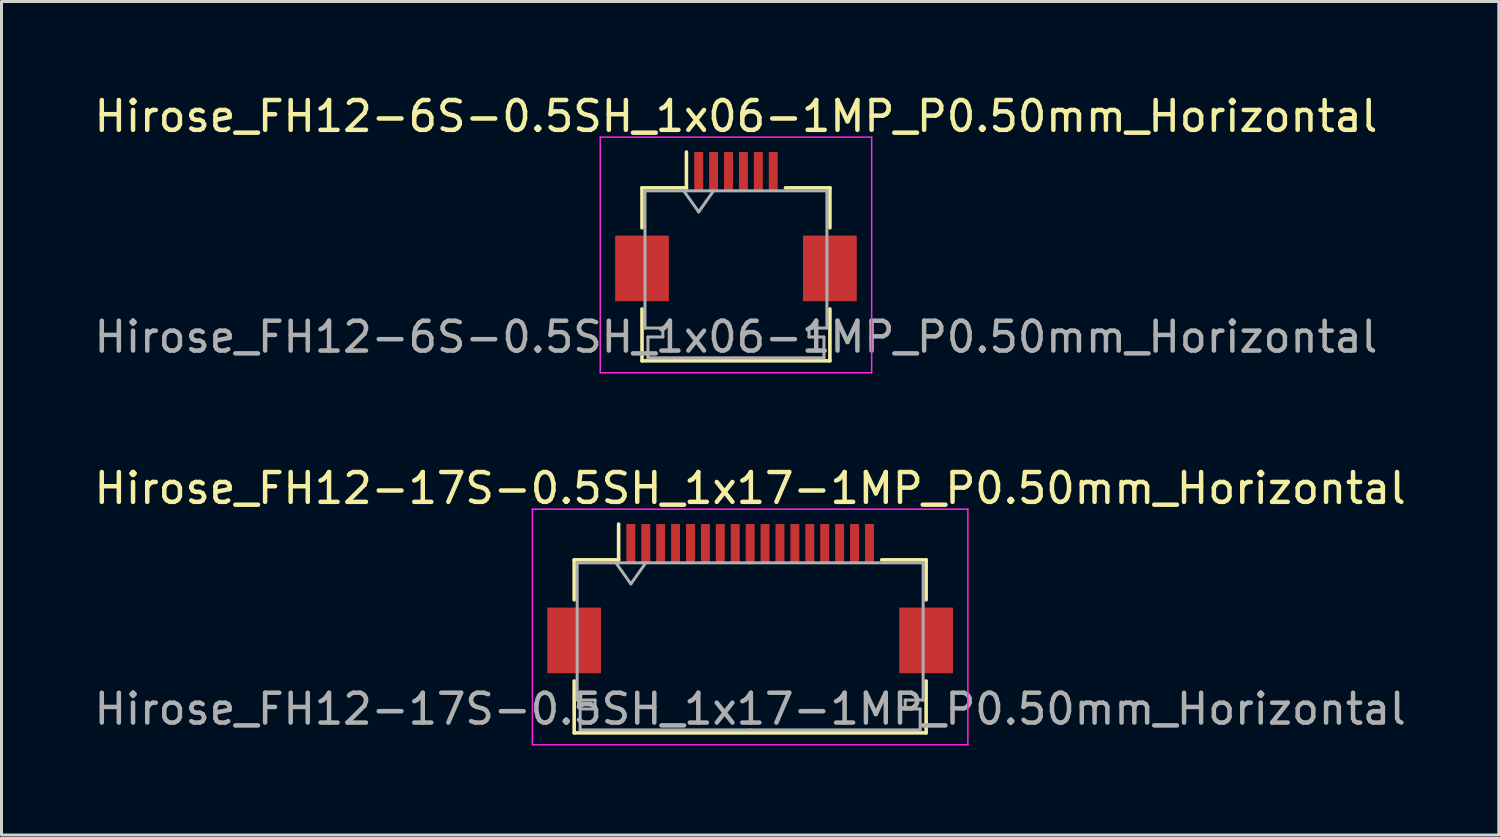
<source format=kicad_pcb>
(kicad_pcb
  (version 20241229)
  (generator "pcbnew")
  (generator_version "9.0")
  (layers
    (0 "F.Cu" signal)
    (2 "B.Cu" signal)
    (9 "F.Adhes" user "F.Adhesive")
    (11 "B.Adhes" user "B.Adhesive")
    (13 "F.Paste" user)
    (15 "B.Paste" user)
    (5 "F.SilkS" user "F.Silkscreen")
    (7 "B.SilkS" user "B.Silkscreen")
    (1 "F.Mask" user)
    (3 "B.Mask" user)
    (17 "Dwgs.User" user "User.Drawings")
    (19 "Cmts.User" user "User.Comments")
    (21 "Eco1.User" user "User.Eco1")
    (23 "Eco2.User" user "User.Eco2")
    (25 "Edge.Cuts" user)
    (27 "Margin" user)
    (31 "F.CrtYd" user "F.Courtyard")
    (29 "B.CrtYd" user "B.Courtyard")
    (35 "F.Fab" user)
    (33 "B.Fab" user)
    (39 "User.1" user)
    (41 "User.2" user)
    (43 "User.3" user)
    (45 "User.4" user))
  (footprint "Hirose_FH12-17S-0.5SH_1x17-1MP_P0.50mm_Horizontal"
    (layer "F.Cu")
    (at 22.101 17.021)
    (property "Reference" "Hirose_FH12-17S-0.5SH_1x17-1MP_P0.50mm_Horizontal" (at 0 -3.7 0) (layer "F.SilkS") (effects (font (size 1 1) (thickness 0.15))))
    (attr smd)
    (fp_line (start -5.9 -1.3) (end -5.9 0.04) (stroke (width 0.12) (type solid)) (layer "F.SilkS"))
    (fp_line (start -5.9 2.76) (end -5.9 4.5) (stroke (width 0.12) (type solid)) (layer "F.SilkS"))
    (fp_line (start -5.9 4.5) (end 5.9 4.5) (stroke (width 0.12) (type solid)) (layer "F.SilkS"))
    (fp_line (start -4.41 -1.3) (end -5.9 -1.3) (stroke (width 0.12) (type solid)) (layer "F.SilkS"))
    (fp_line (start -4.41 -1.3) (end -4.41 -2.5) (stroke (width 0.12) (type solid)) (layer "F.SilkS"))
    (fp_line (start 4.41 -1.3) (end 5.9 -1.3) (stroke (width 0.12) (type solid)) (layer "F.SilkS"))
    (fp_line (start 5.9 -1.3) (end 5.9 0.04) (stroke (width 0.12) (type solid)) (layer "F.SilkS"))
    (fp_line (start 5.9 4.5) (end 5.9 2.76) (stroke (width 0.12) (type solid)) (layer "F.SilkS"))
    (fp_line (start -7.3 -3) (end -7.3 4.9) (stroke (width 0.05) (type solid)) (layer "F.CrtYd"))
    (fp_line (start -7.3 4.9) (end 7.3 4.9) (stroke (width 0.05) (type solid)) (layer "F.CrtYd"))
    (fp_line (start 7.3 -3) (end -7.3 -3) (stroke (width 0.05) (type solid)) (layer "F.CrtYd"))
    (fp_line (start 7.3 4.9) (end 7.3 -3) (stroke (width 0.05) (type solid)) (layer "F.CrtYd"))
    (fp_line (start -5.8 -1.2) (end -5.8 3.4) (stroke (width 0.1) (type solid)) (layer "F.Fab"))
    (fp_line (start -5.8 3.4) (end -5.2 3.4) (stroke (width 0.1) (type solid)) (layer "F.Fab"))
    (fp_line (start -5.7 3.7) (end -5.7 4.4) (stroke (width 0.1) (type solid)) (layer "F.Fab"))
    (fp_line (start -5.7 4.4) (end 0 4.4) (stroke (width 0.1) (type solid)) (layer "F.Fab"))
    (fp_line (start -5.2 3.4) (end -5.2 3.7) (stroke (width 0.1) (type solid)) (layer "F.Fab"))
    (fp_line (start -5.2 3.7) (end -5.7 3.7) (stroke (width 0.1) (type solid)) (layer "F.Fab"))
    (fp_line (start -4.5 -1.2) (end -4 -0.493) (stroke (width 0.1) (type solid)) (layer "F.Fab"))
    (fp_line (start -4 -0.493) (end -3.5 -1.2) (stroke (width 0.1) (type solid)) (layer "F.Fab"))
    (fp_line (start 0 -1.2) (end -5.8 -1.2) (stroke (width 0.1) (type solid)) (layer "F.Fab"))
    (fp_line (start 0 -1.2) (end 5.8 -1.2) (stroke (width 0.1) (type solid)) (layer "F.Fab"))
    (fp_line (start 5.2 3.4) (end 5.2 3.7) (stroke (width 0.1) (type solid)) (layer "F.Fab"))
    (fp_line (start 5.2 3.7) (end 5.7 3.7) (stroke (width 0.1) (type solid)) (layer "F.Fab"))
    (fp_line (start 5.7 3.7) (end 5.7 4.4) (stroke (width 0.1) (type solid)) (layer "F.Fab"))
    (fp_line (start 5.7 4.4) (end 0 4.4) (stroke (width 0.1) (type solid)) (layer "F.Fab"))
    (fp_line (start 5.8 -1.2) (end 5.8 3.4) (stroke (width 0.1) (type solid)) (layer "F.Fab"))
    (fp_line (start 5.8 3.4) (end 5.2 3.4) (stroke (width 0.1) (type solid)) (layer "F.Fab"))
    (fp_text user "${REFERENCE}" (at 0 3.7 0) (layer "F.Fab") (effects (font (size 1 1) (thickness 0.15))))
    (pad "1" smd rect (at -4 -1.85) (size 0.3 1.3) (layers "F.Cu" "F.Mask" "F.Paste"))
    (pad "2" smd rect (at -3.5 -1.85) (size 0.3 1.3) (layers "F.Cu" "F.Mask" "F.Paste"))
    (pad "3" smd rect (at -3 -1.85) (size 0.3 1.3) (layers "F.Cu" "F.Mask" "F.Paste"))
    (pad "4" smd rect (at -2.5 -1.85) (size 0.3 1.3) (layers "F.Cu" "F.Mask" "F.Paste"))
    (pad "5" smd rect (at -2 -1.85) (size 0.3 1.3) (layers "F.Cu" "F.Mask" "F.Paste"))
    (pad "6" smd rect (at -1.5 -1.85) (size 0.3 1.3) (layers "F.Cu" "F.Mask" "F.Paste"))
    (pad "7" smd rect (at -1 -1.85) (size 0.3 1.3) (layers "F.Cu" "F.Mask" "F.Paste"))
    (pad "8" smd rect (at -0.5 -1.85) (size 0.3 1.3) (layers "F.Cu" "F.Mask" "F.Paste"))
    (pad "9" smd rect (at 0 -1.85) (size 0.3 1.3) (layers "F.Cu" "F.Mask" "F.Paste"))
    (pad "10" smd rect (at 0.5 -1.85) (size 0.3 1.3) (layers "F.Cu" "F.Mask" "F.Paste"))
    (pad "11" smd rect (at 1 -1.85) (size 0.3 1.3) (layers "F.Cu" "F.Mask" "F.Paste"))
    (pad "12" smd rect (at 1.5 -1.85) (size 0.3 1.3) (layers "F.Cu" "F.Mask" "F.Paste"))
    (pad "13" smd rect (at 2 -1.85) (size 0.3 1.3) (layers "F.Cu" "F.Mask" "F.Paste"))
    (pad "14" smd rect (at 2.5 -1.85) (size 0.3 1.3) (layers "F.Cu" "F.Mask" "F.Paste"))
    (pad "15" smd rect (at 3 -1.85) (size 0.3 1.3) (layers "F.Cu" "F.Mask" "F.Paste"))
    (pad "16" smd rect (at 3.5 -1.85) (size 0.3 1.3) (layers "F.Cu" "F.Mask" "F.Paste"))
    (pad "17" smd rect (at 4 -1.85) (size 0.3 1.3) (layers "F.Cu" "F.Mask" "F.Paste"))
    (pad "MP" smd rect (at -5.9 1.4) (size 1.8 2.2) (layers "F.Cu" "F.Mask" "F.Paste"))
    (pad "MP" smd rect (at 5.9 1.4) (size 1.8 2.2) (layers "F.Cu" "F.Mask" "F.Paste")))
  (footprint "Hirose_FH12-6S-0.5SH_1x06-1MP_P0.50mm_Horizontal"
    (layer "F.Cu")
    (at 21.625 4.548)
    (property "Reference" "Hirose_FH12-6S-0.5SH_1x06-1MP_P0.50mm_Horizontal" (at 0 -3.7 0) (layer "F.SilkS") (effects (font (size 1 1) (thickness 0.15))))
    (attr smd)
    (fp_line (start -3.15 -1.3) (end -3.15 0.04) (stroke (width 0.12) (type solid)) (layer "F.SilkS"))
    (fp_line (start -3.15 2.76) (end -3.15 4.5) (stroke (width 0.12) (type solid)) (layer "F.SilkS"))
    (fp_line (start -3.15 4.5) (end 3.15 4.5) (stroke (width 0.12) (type solid)) (layer "F.SilkS"))
    (fp_line (start -1.66 -1.3) (end -3.15 -1.3) (stroke (width 0.12) (type solid)) (layer "F.SilkS"))
    (fp_line (start -1.66 -1.3) (end -1.66 -2.5) (stroke (width 0.12) (type solid)) (layer "F.SilkS"))
    (fp_line (start 1.66 -1.3) (end 3.15 -1.3) (stroke (width 0.12) (type solid)) (layer "F.SilkS"))
    (fp_line (start 3.15 -1.3) (end 3.15 0.04) (stroke (width 0.12) (type solid)) (layer "F.SilkS"))
    (fp_line (start 3.15 4.5) (end 3.15 2.76) (stroke (width 0.12) (type solid)) (layer "F.SilkS"))
    (fp_line (start -4.55 -3) (end -4.55 4.9) (stroke (width 0.05) (type solid)) (layer "F.CrtYd"))
    (fp_line (start -4.55 4.9) (end 4.55 4.9) (stroke (width 0.05) (type solid)) (layer "F.CrtYd"))
    (fp_line (start 4.55 -3) (end -4.55 -3) (stroke (width 0.05) (type solid)) (layer "F.CrtYd"))
    (fp_line (start 4.55 4.9) (end 4.55 -3) (stroke (width 0.05) (type solid)) (layer "F.CrtYd"))
    (fp_line (start -3.05 -1.2) (end -3.05 3.4) (stroke (width 0.1) (type solid)) (layer "F.Fab"))
    (fp_line (start -3.05 3.4) (end -2.45 3.4) (stroke (width 0.1) (type solid)) (layer "F.Fab"))
    (fp_line (start -2.95 3.7) (end -2.95 4.4) (stroke (width 0.1) (type solid)) (layer "F.Fab"))
    (fp_line (start -2.95 4.4) (end 0 4.4) (stroke (width 0.1) (type solid)) (layer "F.Fab"))
    (fp_line (start -2.45 3.4) (end -2.45 3.7) (stroke (width 0.1) (type solid)) (layer "F.Fab"))
    (fp_line (start -2.45 3.7) (end -2.95 3.7) (stroke (width 0.1) (type solid)) (layer "F.Fab"))
    (fp_line (start -1.75 -1.2) (end -1.25 -0.493) (stroke (width 0.1) (type solid)) (layer "F.Fab"))
    (fp_line (start -1.25 -0.493) (end -0.75 -1.2) (stroke (width 0.1) (type solid)) (layer "F.Fab"))
    (fp_line (start 0 -1.2) (end -3.05 -1.2) (stroke (width 0.1) (type solid)) (layer "F.Fab"))
    (fp_line (start 0 -1.2) (end 3.05 -1.2) (stroke (width 0.1) (type solid)) (layer "F.Fab"))
    (fp_line (start 2.45 3.4) (end 2.45 3.7) (stroke (width 0.1) (type solid)) (layer "F.Fab"))
    (fp_line (start 2.45 3.7) (end 2.95 3.7) (stroke (width 0.1) (type solid)) (layer "F.Fab"))
    (fp_line (start 2.95 3.7) (end 2.95 4.4) (stroke (width 0.1) (type solid)) (layer "F.Fab"))
    (fp_line (start 2.95 4.4) (end 0 4.4) (stroke (width 0.1) (type solid)) (layer "F.Fab"))
    (fp_line (start 3.05 -1.2) (end 3.05 3.4) (stroke (width 0.1) (type solid)) (layer "F.Fab"))
    (fp_line (start 3.05 3.4) (end 2.45 3.4) (stroke (width 0.1) (type solid)) (layer "F.Fab"))
    (fp_text user "${REFERENCE}" (at 0 3.7 0) (layer "F.Fab") (effects (font (size 1 1) (thickness 0.15))))
    (pad "1" smd rect (at -1.25 -1.85) (size 0.3 1.3) (layers "F.Cu" "F.Mask" "F.Paste"))
    (pad "2" smd rect (at -0.75 -1.85) (size 0.3 1.3) (layers "F.Cu" "F.Mask" "F.Paste"))
    (pad "3" smd rect (at -0.25 -1.85) (size 0.3 1.3) (layers "F.Cu" "F.Mask" "F.Paste"))
    (pad "4" smd rect (at 0.25 -1.85) (size 0.3 1.3) (layers "F.Cu" "F.Mask" "F.Paste"))
    (pad "5" smd rect (at 0.75 -1.85) (size 0.3 1.3) (layers "F.Cu" "F.Mask" "F.Paste"))
    (pad "6" smd rect (at 1.25 -1.85) (size 0.3 1.3) (layers "F.Cu" "F.Mask" "F.Paste"))
    (pad "MP" smd rect (at -3.15 1.4) (size 1.8 2.2) (layers "F.Cu" "F.Mask" "F.Paste"))
    (pad "MP" smd rect (at 3.15 1.4) (size 1.8 2.2) (layers "F.Cu" "F.Mask" "F.Paste")))
  (gr_rect
    (start -3 -3)
    (end 47.202 24.947)
    (stroke (width 0.1) (type default))
    (fill no)
    (layer "Edge.Cuts")))
</source>
